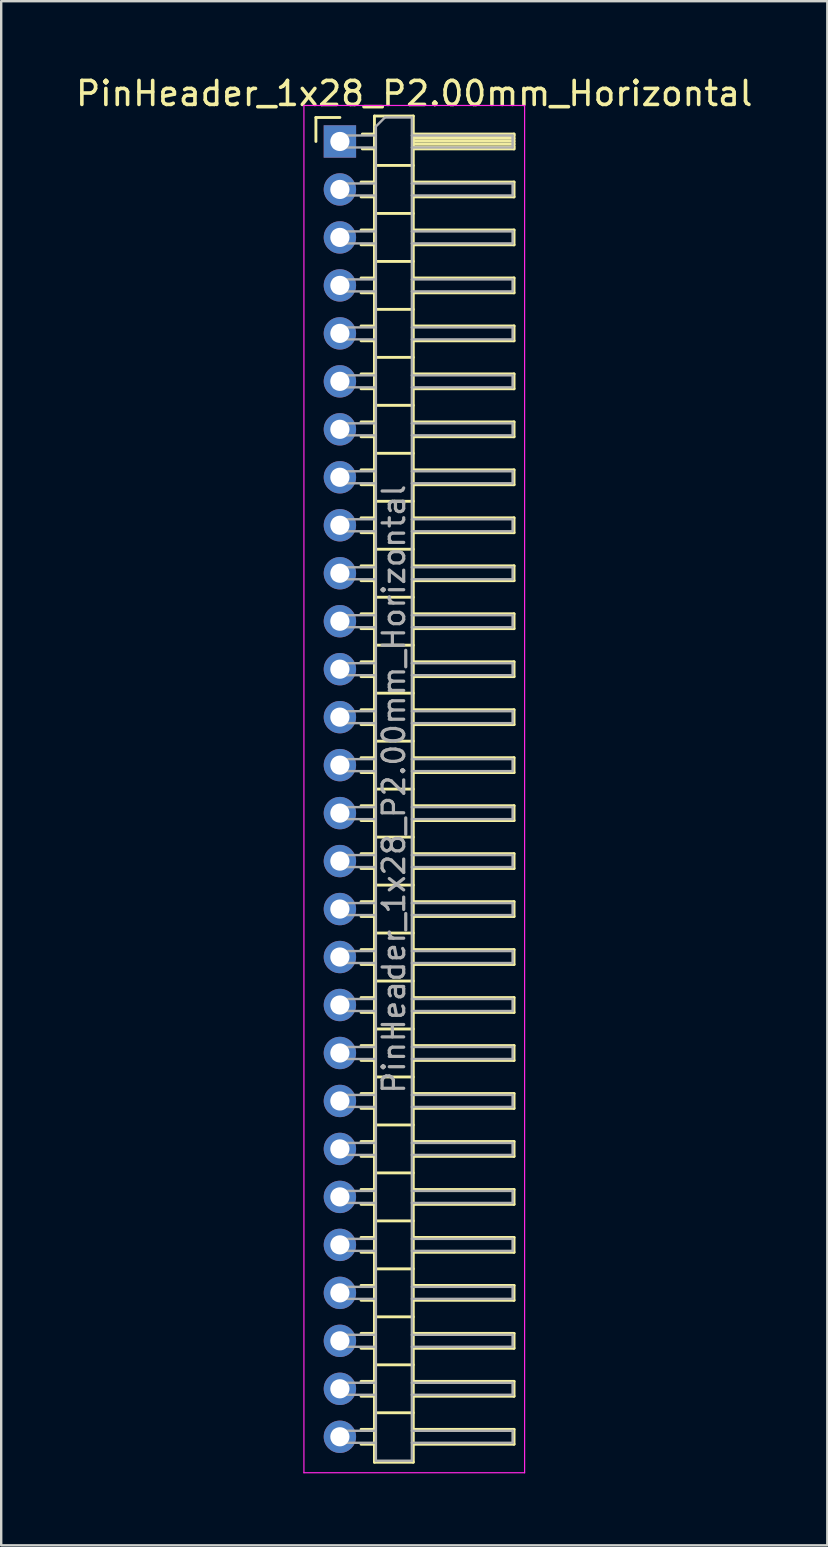
<source format=kicad_pcb>
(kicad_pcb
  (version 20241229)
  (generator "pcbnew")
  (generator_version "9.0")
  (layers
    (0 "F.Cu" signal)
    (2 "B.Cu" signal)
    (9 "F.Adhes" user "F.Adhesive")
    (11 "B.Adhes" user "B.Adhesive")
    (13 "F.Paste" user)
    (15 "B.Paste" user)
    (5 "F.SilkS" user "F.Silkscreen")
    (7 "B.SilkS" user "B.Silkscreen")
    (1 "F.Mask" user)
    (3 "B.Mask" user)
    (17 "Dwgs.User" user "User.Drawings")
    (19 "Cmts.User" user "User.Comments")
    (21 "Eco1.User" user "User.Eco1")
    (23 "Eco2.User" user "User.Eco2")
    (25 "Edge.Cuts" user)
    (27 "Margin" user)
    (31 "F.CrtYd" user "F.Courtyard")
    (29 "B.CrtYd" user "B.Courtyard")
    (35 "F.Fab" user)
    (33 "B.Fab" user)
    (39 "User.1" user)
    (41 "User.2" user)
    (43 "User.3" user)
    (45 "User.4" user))
  (footprint "PinHeader_1x28_P2.00mm_Horizontal"
    (layer "F.Cu")
    (at 11.12 2.848)
    (property "Reference" "PinHeader_1x28_P2.00mm_Horizontal" (at 3.1 -2 0) (layer "F.SilkS") (effects (font (size 1 1) (thickness 0.15))))
    (attr through_hole)
    (fp_line (start -1 -1) (end 0 -1) (stroke (width 0.12) (type solid)) (layer "F.SilkS"))
    (fp_line (start -1 0) (end -1 -1) (stroke (width 0.12) (type solid)) (layer "F.SilkS"))
    (fp_line (start 0.882 1.69) (end 1.44 1.69) (stroke (width 0.12) (type solid)) (layer "F.SilkS"))
    (fp_line (start 0.882 2.31) (end 1.44 2.31) (stroke (width 0.12) (type solid)) (layer "F.SilkS"))
    (fp_line (start 0.882 3.69) (end 1.44 3.69) (stroke (width 0.12) (type solid)) (layer "F.SilkS"))
    (fp_line (start 0.882 4.31) (end 1.44 4.31) (stroke (width 0.12) (type solid)) (layer "F.SilkS"))
    (fp_line (start 0.882 5.69) (end 1.44 5.69) (stroke (width 0.12) (type solid)) (layer "F.SilkS"))
    (fp_line (start 0.882 6.31) (end 1.44 6.31) (stroke (width 0.12) (type solid)) (layer "F.SilkS"))
    (fp_line (start 0.882 7.69) (end 1.44 7.69) (stroke (width 0.12) (type solid)) (layer "F.SilkS"))
    (fp_line (start 0.882 8.31) (end 1.44 8.31) (stroke (width 0.12) (type solid)) (layer "F.SilkS"))
    (fp_line (start 0.882 9.69) (end 1.44 9.69) (stroke (width 0.12) (type solid)) (layer "F.SilkS"))
    (fp_line (start 0.882 10.31) (end 1.44 10.31) (stroke (width 0.12) (type solid)) (layer "F.SilkS"))
    (fp_line (start 0.882 11.69) (end 1.44 11.69) (stroke (width 0.12) (type solid)) (layer "F.SilkS"))
    (fp_line (start 0.882 12.31) (end 1.44 12.31) (stroke (width 0.12) (type solid)) (layer "F.SilkS"))
    (fp_line (start 0.882 13.69) (end 1.44 13.69) (stroke (width 0.12) (type solid)) (layer "F.SilkS"))
    (fp_line (start 0.882 14.31) (end 1.44 14.31) (stroke (width 0.12) (type solid)) (layer "F.SilkS"))
    (fp_line (start 0.882 15.69) (end 1.44 15.69) (stroke (width 0.12) (type solid)) (layer "F.SilkS"))
    (fp_line (start 0.882 16.31) (end 1.44 16.31) (stroke (width 0.12) (type solid)) (layer "F.SilkS"))
    (fp_line (start 0.882 17.69) (end 1.44 17.69) (stroke (width 0.12) (type solid)) (layer "F.SilkS"))
    (fp_line (start 0.882 18.31) (end 1.44 18.31) (stroke (width 0.12) (type solid)) (layer "F.SilkS"))
    (fp_line (start 0.882 19.69) (end 1.44 19.69) (stroke (width 0.12) (type solid)) (layer "F.SilkS"))
    (fp_line (start 0.882 20.31) (end 1.44 20.31) (stroke (width 0.12) (type solid)) (layer "F.SilkS"))
    (fp_line (start 0.882 21.69) (end 1.44 21.69) (stroke (width 0.12) (type solid)) (layer "F.SilkS"))
    (fp_line (start 0.882 22.31) (end 1.44 22.31) (stroke (width 0.12) (type solid)) (layer "F.SilkS"))
    (fp_line (start 0.882 23.69) (end 1.44 23.69) (stroke (width 0.12) (type solid)) (layer "F.SilkS"))
    (fp_line (start 0.882 24.31) (end 1.44 24.31) (stroke (width 0.12) (type solid)) (layer "F.SilkS"))
    (fp_line (start 0.882 25.69) (end 1.44 25.69) (stroke (width 0.12) (type solid)) (layer "F.SilkS"))
    (fp_line (start 0.882 26.31) (end 1.44 26.31) (stroke (width 0.12) (type solid)) (layer "F.SilkS"))
    (fp_line (start 0.882 27.69) (end 1.44 27.69) (stroke (width 0.12) (type solid)) (layer "F.SilkS"))
    (fp_line (start 0.882 28.31) (end 1.44 28.31) (stroke (width 0.12) (type solid)) (layer "F.SilkS"))
    (fp_line (start 0.882 29.69) (end 1.44 29.69) (stroke (width 0.12) (type solid)) (layer "F.SilkS"))
    (fp_line (start 0.882 30.31) (end 1.44 30.31) (stroke (width 0.12) (type solid)) (layer "F.SilkS"))
    (fp_line (start 0.882 31.69) (end 1.44 31.69) (stroke (width 0.12) (type solid)) (layer "F.SilkS"))
    (fp_line (start 0.882 32.31) (end 1.44 32.31) (stroke (width 0.12) (type solid)) (layer "F.SilkS"))
    (fp_line (start 0.882 33.69) (end 1.44 33.69) (stroke (width 0.12) (type solid)) (layer "F.SilkS"))
    (fp_line (start 0.882 34.31) (end 1.44 34.31) (stroke (width 0.12) (type solid)) (layer "F.SilkS"))
    (fp_line (start 0.882 35.69) (end 1.44 35.69) (stroke (width 0.12) (type solid)) (layer "F.SilkS"))
    (fp_line (start 0.882 36.31) (end 1.44 36.31) (stroke (width 0.12) (type solid)) (layer "F.SilkS"))
    (fp_line (start 0.882 37.69) (end 1.44 37.69) (stroke (width 0.12) (type solid)) (layer "F.SilkS"))
    (fp_line (start 0.882 38.31) (end 1.44 38.31) (stroke (width 0.12) (type solid)) (layer "F.SilkS"))
    (fp_line (start 0.882 39.69) (end 1.44 39.69) (stroke (width 0.12) (type solid)) (layer "F.SilkS"))
    (fp_line (start 0.882 40.31) (end 1.44 40.31) (stroke (width 0.12) (type solid)) (layer "F.SilkS"))
    (fp_line (start 0.882 41.69) (end 1.44 41.69) (stroke (width 0.12) (type solid)) (layer "F.SilkS"))
    (fp_line (start 0.882 42.31) (end 1.44 42.31) (stroke (width 0.12) (type solid)) (layer "F.SilkS"))
    (fp_line (start 0.882 43.69) (end 1.44 43.69) (stroke (width 0.12) (type solid)) (layer "F.SilkS"))
    (fp_line (start 0.882 44.31) (end 1.44 44.31) (stroke (width 0.12) (type solid)) (layer "F.SilkS"))
    (fp_line (start 0.882 45.69) (end 1.44 45.69) (stroke (width 0.12) (type solid)) (layer "F.SilkS"))
    (fp_line (start 0.882 46.31) (end 1.44 46.31) (stroke (width 0.12) (type solid)) (layer "F.SilkS"))
    (fp_line (start 0.882 47.69) (end 1.44 47.69) (stroke (width 0.12) (type solid)) (layer "F.SilkS"))
    (fp_line (start 0.882 48.31) (end 1.44 48.31) (stroke (width 0.12) (type solid)) (layer "F.SilkS"))
    (fp_line (start 0.882 49.69) (end 1.44 49.69) (stroke (width 0.12) (type solid)) (layer "F.SilkS"))
    (fp_line (start 0.882 50.31) (end 1.44 50.31) (stroke (width 0.12) (type solid)) (layer "F.SilkS"))
    (fp_line (start 0.882 51.69) (end 1.44 51.69) (stroke (width 0.12) (type solid)) (layer "F.SilkS"))
    (fp_line (start 0.882 52.31) (end 1.44 52.31) (stroke (width 0.12) (type solid)) (layer "F.SilkS"))
    (fp_line (start 0.882 53.69) (end 1.44 53.69) (stroke (width 0.12) (type solid)) (layer "F.SilkS"))
    (fp_line (start 0.882 54.31) (end 1.44 54.31) (stroke (width 0.12) (type solid)) (layer "F.SilkS"))
    (fp_line (start 0.935 -0.31) (end 1.44 -0.31) (stroke (width 0.12) (type solid)) (layer "F.SilkS"))
    (fp_line (start 0.935 0.31) (end 1.44 0.31) (stroke (width 0.12) (type solid)) (layer "F.SilkS"))
    (fp_line (start 1.44 -1.06) (end 1.44 55.06) (stroke (width 0.12) (type solid)) (layer "F.SilkS"))
    (fp_line (start 1.44 1) (end 3.06 1) (stroke (width 0.12) (type solid)) (layer "F.SilkS"))
    (fp_line (start 1.44 3) (end 3.06 3) (stroke (width 0.12) (type solid)) (layer "F.SilkS"))
    (fp_line (start 1.44 5) (end 3.06 5) (stroke (width 0.12) (type solid)) (layer "F.SilkS"))
    (fp_line (start 1.44 7) (end 3.06 7) (stroke (width 0.12) (type solid)) (layer "F.SilkS"))
    (fp_line (start 1.44 9) (end 3.06 9) (stroke (width 0.12) (type solid)) (layer "F.SilkS"))
    (fp_line (start 1.44 11) (end 3.06 11) (stroke (width 0.12) (type solid)) (layer "F.SilkS"))
    (fp_line (start 1.44 13) (end 3.06 13) (stroke (width 0.12) (type solid)) (layer "F.SilkS"))
    (fp_line (start 1.44 15) (end 3.06 15) (stroke (width 0.12) (type solid)) (layer "F.SilkS"))
    (fp_line (start 1.44 17) (end 3.06 17) (stroke (width 0.12) (type solid)) (layer "F.SilkS"))
    (fp_line (start 1.44 19) (end 3.06 19) (stroke (width 0.12) (type solid)) (layer "F.SilkS"))
    (fp_line (start 1.44 21) (end 3.06 21) (stroke (width 0.12) (type solid)) (layer "F.SilkS"))
    (fp_line (start 1.44 23) (end 3.06 23) (stroke (width 0.12) (type solid)) (layer "F.SilkS"))
    (fp_line (start 1.44 25) (end 3.06 25) (stroke (width 0.12) (type solid)) (layer "F.SilkS"))
    (fp_line (start 1.44 27) (end 3.06 27) (stroke (width 0.12) (type solid)) (layer "F.SilkS"))
    (fp_line (start 1.44 29) (end 3.06 29) (stroke (width 0.12) (type solid)) (layer "F.SilkS"))
    (fp_line (start 1.44 31) (end 3.06 31) (stroke (width 0.12) (type solid)) (layer "F.SilkS"))
    (fp_line (start 1.44 33) (end 3.06 33) (stroke (width 0.12) (type solid)) (layer "F.SilkS"))
    (fp_line (start 1.44 35) (end 3.06 35) (stroke (width 0.12) (type solid)) (layer "F.SilkS"))
    (fp_line (start 1.44 37) (end 3.06 37) (stroke (width 0.12) (type solid)) (layer "F.SilkS"))
    (fp_line (start 1.44 39) (end 3.06 39) (stroke (width 0.12) (type solid)) (layer "F.SilkS"))
    (fp_line (start 1.44 41) (end 3.06 41) (stroke (width 0.12) (type solid)) (layer "F.SilkS"))
    (fp_line (start 1.44 43) (end 3.06 43) (stroke (width 0.12) (type solid)) (layer "F.SilkS"))
    (fp_line (start 1.44 45) (end 3.06 45) (stroke (width 0.12) (type solid)) (layer "F.SilkS"))
    (fp_line (start 1.44 47) (end 3.06 47) (stroke (width 0.12) (type solid)) (layer "F.SilkS"))
    (fp_line (start 1.44 49) (end 3.06 49) (stroke (width 0.12) (type solid)) (layer "F.SilkS"))
    (fp_line (start 1.44 51) (end 3.06 51) (stroke (width 0.12) (type solid)) (layer "F.SilkS"))
    (fp_line (start 1.44 53) (end 3.06 53) (stroke (width 0.12) (type solid)) (layer "F.SilkS"))
    (fp_line (start 1.44 55.06) (end 3.06 55.06) (stroke (width 0.12) (type solid)) (layer "F.SilkS"))
    (fp_line (start 3.06 -1.06) (end 1.44 -1.06) (stroke (width 0.12) (type solid)) (layer "F.SilkS"))
    (fp_line (start 3.06 -0.31) (end 7.26 -0.31) (stroke (width 0.12) (type solid)) (layer "F.SilkS"))
    (fp_line (start 3.06 -0.25) (end 7.26 -0.25) (stroke (width 0.12) (type solid)) (layer "F.SilkS"))
    (fp_line (start 3.06 -0.13) (end 7.26 -0.13) (stroke (width 0.12) (type solid)) (layer "F.SilkS"))
    (fp_line (start 3.06 -0.01) (end 7.26 -0.01) (stroke (width 0.12) (type solid)) (layer "F.SilkS"))
    (fp_line (start 3.06 0.11) (end 7.26 0.11) (stroke (width 0.12) (type solid)) (layer "F.SilkS"))
    (fp_line (start 3.06 0.23) (end 7.26 0.23) (stroke (width 0.12) (type solid)) (layer "F.SilkS"))
    (fp_line (start 3.06 1.69) (end 7.26 1.69) (stroke (width 0.12) (type solid)) (layer "F.SilkS"))
    (fp_line (start 3.06 3.69) (end 7.26 3.69) (stroke (width 0.12) (type solid)) (layer "F.SilkS"))
    (fp_line (start 3.06 5.69) (end 7.26 5.69) (stroke (width 0.12) (type solid)) (layer "F.SilkS"))
    (fp_line (start 3.06 7.69) (end 7.26 7.69) (stroke (width 0.12) (type solid)) (layer "F.SilkS"))
    (fp_line (start 3.06 9.69) (end 7.26 9.69) (stroke (width 0.12) (type solid)) (layer "F.SilkS"))
    (fp_line (start 3.06 11.69) (end 7.26 11.69) (stroke (width 0.12) (type solid)) (layer "F.SilkS"))
    (fp_line (start 3.06 13.69) (end 7.26 13.69) (stroke (width 0.12) (type solid)) (layer "F.SilkS"))
    (fp_line (start 3.06 15.69) (end 7.26 15.69) (stroke (width 0.12) (type solid)) (layer "F.SilkS"))
    (fp_line (start 3.06 17.69) (end 7.26 17.69) (stroke (width 0.12) (type solid)) (layer "F.SilkS"))
    (fp_line (start 3.06 19.69) (end 7.26 19.69) (stroke (width 0.12) (type solid)) (layer "F.SilkS"))
    (fp_line (start 3.06 21.69) (end 7.26 21.69) (stroke (width 0.12) (type solid)) (layer "F.SilkS"))
    (fp_line (start 3.06 23.69) (end 7.26 23.69) (stroke (width 0.12) (type solid)) (layer "F.SilkS"))
    (fp_line (start 3.06 25.69) (end 7.26 25.69) (stroke (width 0.12) (type solid)) (layer "F.SilkS"))
    (fp_line (start 3.06 27.69) (end 7.26 27.69) (stroke (width 0.12) (type solid)) (layer "F.SilkS"))
    (fp_line (start 3.06 29.69) (end 7.26 29.69) (stroke (width 0.12) (type solid)) (layer "F.SilkS"))
    (fp_line (start 3.06 31.69) (end 7.26 31.69) (stroke (width 0.12) (type solid)) (layer "F.SilkS"))
    (fp_line (start 3.06 33.69) (end 7.26 33.69) (stroke (width 0.12) (type solid)) (layer "F.SilkS"))
    (fp_line (start 3.06 35.69) (end 7.26 35.69) (stroke (width 0.12) (type solid)) (layer "F.SilkS"))
    (fp_line (start 3.06 37.69) (end 7.26 37.69) (stroke (width 0.12) (type solid)) (layer "F.SilkS"))
    (fp_line (start 3.06 39.69) (end 7.26 39.69) (stroke (width 0.12) (type solid)) (layer "F.SilkS"))
    (fp_line (start 3.06 41.69) (end 7.26 41.69) (stroke (width 0.12) (type solid)) (layer "F.SilkS"))
    (fp_line (start 3.06 43.69) (end 7.26 43.69) (stroke (width 0.12) (type solid)) (layer "F.SilkS"))
    (fp_line (start 3.06 45.69) (end 7.26 45.69) (stroke (width 0.12) (type solid)) (layer "F.SilkS"))
    (fp_line (start 3.06 47.69) (end 7.26 47.69) (stroke (width 0.12) (type solid)) (layer "F.SilkS"))
    (fp_line (start 3.06 49.69) (end 7.26 49.69) (stroke (width 0.12) (type solid)) (layer "F.SilkS"))
    (fp_line (start 3.06 51.69) (end 7.26 51.69) (stroke (width 0.12) (type solid)) (layer "F.SilkS"))
    (fp_line (start 3.06 53.69) (end 7.26 53.69) (stroke (width 0.12) (type solid)) (layer "F.SilkS"))
    (fp_line (start 3.06 55.06) (end 3.06 -1.06) (stroke (width 0.12) (type solid)) (layer "F.SilkS"))
    (fp_line (start 7.26 -0.31) (end 7.26 0.31) (stroke (width 0.12) (type solid)) (layer "F.SilkS"))
    (fp_line (start 7.26 0.31) (end 3.06 0.31) (stroke (width 0.12) (type solid)) (layer "F.SilkS"))
    (fp_line (start 7.26 1.69) (end 7.26 2.31) (stroke (width 0.12) (type solid)) (layer "F.SilkS"))
    (fp_line (start 7.26 2.31) (end 3.06 2.31) (stroke (width 0.12) (type solid)) (layer "F.SilkS"))
    (fp_line (start 7.26 3.69) (end 7.26 4.31) (stroke (width 0.12) (type solid)) (layer "F.SilkS"))
    (fp_line (start 7.26 4.31) (end 3.06 4.31) (stroke (width 0.12) (type solid)) (layer "F.SilkS"))
    (fp_line (start 7.26 5.69) (end 7.26 6.31) (stroke (width 0.12) (type solid)) (layer "F.SilkS"))
    (fp_line (start 7.26 6.31) (end 3.06 6.31) (stroke (width 0.12) (type solid)) (layer "F.SilkS"))
    (fp_line (start 7.26 7.69) (end 7.26 8.31) (stroke (width 0.12) (type solid)) (layer "F.SilkS"))
    (fp_line (start 7.26 8.31) (end 3.06 8.31) (stroke (width 0.12) (type solid)) (layer "F.SilkS"))
    (fp_line (start 7.26 9.69) (end 7.26 10.31) (stroke (width 0.12) (type solid)) (layer "F.SilkS"))
    (fp_line (start 7.26 10.31) (end 3.06 10.31) (stroke (width 0.12) (type solid)) (layer "F.SilkS"))
    (fp_line (start 7.26 11.69) (end 7.26 12.31) (stroke (width 0.12) (type solid)) (layer "F.SilkS"))
    (fp_line (start 7.26 12.31) (end 3.06 12.31) (stroke (width 0.12) (type solid)) (layer "F.SilkS"))
    (fp_line (start 7.26 13.69) (end 7.26 14.31) (stroke (width 0.12) (type solid)) (layer "F.SilkS"))
    (fp_line (start 7.26 14.31) (end 3.06 14.31) (stroke (width 0.12) (type solid)) (layer "F.SilkS"))
    (fp_line (start 7.26 15.69) (end 7.26 16.31) (stroke (width 0.12) (type solid)) (layer "F.SilkS"))
    (fp_line (start 7.26 16.31) (end 3.06 16.31) (stroke (width 0.12) (type solid)) (layer "F.SilkS"))
    (fp_line (start 7.26 17.69) (end 7.26 18.31) (stroke (width 0.12) (type solid)) (layer "F.SilkS"))
    (fp_line (start 7.26 18.31) (end 3.06 18.31) (stroke (width 0.12) (type solid)) (layer "F.SilkS"))
    (fp_line (start 7.26 19.69) (end 7.26 20.31) (stroke (width 0.12) (type solid)) (layer "F.SilkS"))
    (fp_line (start 7.26 20.31) (end 3.06 20.31) (stroke (width 0.12) (type solid)) (layer "F.SilkS"))
    (fp_line (start 7.26 21.69) (end 7.26 22.31) (stroke (width 0.12) (type solid)) (layer "F.SilkS"))
    (fp_line (start 7.26 22.31) (end 3.06 22.31) (stroke (width 0.12) (type solid)) (layer "F.SilkS"))
    (fp_line (start 7.26 23.69) (end 7.26 24.31) (stroke (width 0.12) (type solid)) (layer "F.SilkS"))
    (fp_line (start 7.26 24.31) (end 3.06 24.31) (stroke (width 0.12) (type solid)) (layer "F.SilkS"))
    (fp_line (start 7.26 25.69) (end 7.26 26.31) (stroke (width 0.12) (type solid)) (layer "F.SilkS"))
    (fp_line (start 7.26 26.31) (end 3.06 26.31) (stroke (width 0.12) (type solid)) (layer "F.SilkS"))
    (fp_line (start 7.26 27.69) (end 7.26 28.31) (stroke (width 0.12) (type solid)) (layer "F.SilkS"))
    (fp_line (start 7.26 28.31) (end 3.06 28.31) (stroke (width 0.12) (type solid)) (layer "F.SilkS"))
    (fp_line (start 7.26 29.69) (end 7.26 30.31) (stroke (width 0.12) (type solid)) (layer "F.SilkS"))
    (fp_line (start 7.26 30.31) (end 3.06 30.31) (stroke (width 0.12) (type solid)) (layer "F.SilkS"))
    (fp_line (start 7.26 31.69) (end 7.26 32.31) (stroke (width 0.12) (type solid)) (layer "F.SilkS"))
    (fp_line (start 7.26 32.31) (end 3.06 32.31) (stroke (width 0.12) (type solid)) (layer "F.SilkS"))
    (fp_line (start 7.26 33.69) (end 7.26 34.31) (stroke (width 0.12) (type solid)) (layer "F.SilkS"))
    (fp_line (start 7.26 34.31) (end 3.06 34.31) (stroke (width 0.12) (type solid)) (layer "F.SilkS"))
    (fp_line (start 7.26 35.69) (end 7.26 36.31) (stroke (width 0.12) (type solid)) (layer "F.SilkS"))
    (fp_line (start 7.26 36.31) (end 3.06 36.31) (stroke (width 0.12) (type solid)) (layer "F.SilkS"))
    (fp_line (start 7.26 37.69) (end 7.26 38.31) (stroke (width 0.12) (type solid)) (layer "F.SilkS"))
    (fp_line (start 7.26 38.31) (end 3.06 38.31) (stroke (width 0.12) (type solid)) (layer "F.SilkS"))
    (fp_line (start 7.26 39.69) (end 7.26 40.31) (stroke (width 0.12) (type solid)) (layer "F.SilkS"))
    (fp_line (start 7.26 40.31) (end 3.06 40.31) (stroke (width 0.12) (type solid)) (layer "F.SilkS"))
    (fp_line (start 7.26 41.69) (end 7.26 42.31) (stroke (width 0.12) (type solid)) (layer "F.SilkS"))
    (fp_line (start 7.26 42.31) (end 3.06 42.31) (stroke (width 0.12) (type solid)) (layer "F.SilkS"))
    (fp_line (start 7.26 43.69) (end 7.26 44.31) (stroke (width 0.12) (type solid)) (layer "F.SilkS"))
    (fp_line (start 7.26 44.31) (end 3.06 44.31) (stroke (width 0.12) (type solid)) (layer "F.SilkS"))
    (fp_line (start 7.26 45.69) (end 7.26 46.31) (stroke (width 0.12) (type solid)) (layer "F.SilkS"))
    (fp_line (start 7.26 46.31) (end 3.06 46.31) (stroke (width 0.12) (type solid)) (layer "F.SilkS"))
    (fp_line (start 7.26 47.69) (end 7.26 48.31) (stroke (width 0.12) (type solid)) (layer "F.SilkS"))
    (fp_line (start 7.26 48.31) (end 3.06 48.31) (stroke (width 0.12) (type solid)) (layer "F.SilkS"))
    (fp_line (start 7.26 49.69) (end 7.26 50.31) (stroke (width 0.12) (type solid)) (layer "F.SilkS"))
    (fp_line (start 7.26 50.31) (end 3.06 50.31) (stroke (width 0.12) (type solid)) (layer "F.SilkS"))
    (fp_line (start 7.26 51.69) (end 7.26 52.31) (stroke (width 0.12) (type solid)) (layer "F.SilkS"))
    (fp_line (start 7.26 52.31) (end 3.06 52.31) (stroke (width 0.12) (type solid)) (layer "F.SilkS"))
    (fp_line (start 7.26 53.69) (end 7.26 54.31) (stroke (width 0.12) (type solid)) (layer "F.SilkS"))
    (fp_line (start 7.26 54.31) (end 3.06 54.31) (stroke (width 0.12) (type solid)) (layer "F.SilkS"))
    (fp_line (start -1.5 -1.5) (end -1.5 55.5) (stroke (width 0.05) (type solid)) (layer "F.CrtYd"))
    (fp_line (start -1.5 55.5) (end 7.7 55.5) (stroke (width 0.05) (type solid)) (layer "F.CrtYd"))
    (fp_line (start 7.7 -1.5) (end -1.5 -1.5) (stroke (width 0.05) (type solid)) (layer "F.CrtYd"))
    (fp_line (start 7.7 55.5) (end 7.7 -1.5) (stroke (width 0.05) (type solid)) (layer "F.CrtYd"))
    (fp_line (start -0.25 -0.25) (end -0.25 0.25) (stroke (width 0.1) (type solid)) (layer "F.Fab"))
    (fp_line (start -0.25 -0.25) (end 1.5 -0.25) (stroke (width 0.1) (type solid)) (layer "F.Fab"))
    (fp_line (start -0.25 0.25) (end 1.5 0.25) (stroke (width 0.1) (type solid)) (layer "F.Fab"))
    (fp_line (start -0.25 1.75) (end -0.25 2.25) (stroke (width 0.1) (type solid)) (layer "F.Fab"))
    (fp_line (start -0.25 1.75) (end 1.5 1.75) (stroke (width 0.1) (type solid)) (layer "F.Fab"))
    (fp_line (start -0.25 2.25) (end 1.5 2.25) (stroke (width 0.1) (type solid)) (layer "F.Fab"))
    (fp_line (start -0.25 3.75) (end -0.25 4.25) (stroke (width 0.1) (type solid)) (layer "F.Fab"))
    (fp_line (start -0.25 3.75) (end 1.5 3.75) (stroke (width 0.1) (type solid)) (layer "F.Fab"))
    (fp_line (start -0.25 4.25) (end 1.5 4.25) (stroke (width 0.1) (type solid)) (layer "F.Fab"))
    (fp_line (start -0.25 5.75) (end -0.25 6.25) (stroke (width 0.1) (type solid)) (layer "F.Fab"))
    (fp_line (start -0.25 5.75) (end 1.5 5.75) (stroke (width 0.1) (type solid)) (layer "F.Fab"))
    (fp_line (start -0.25 6.25) (end 1.5 6.25) (stroke (width 0.1) (type solid)) (layer "F.Fab"))
    (fp_line (start -0.25 7.75) (end -0.25 8.25) (stroke (width 0.1) (type solid)) (layer "F.Fab"))
    (fp_line (start -0.25 7.75) (end 1.5 7.75) (stroke (width 0.1) (type solid)) (layer "F.Fab"))
    (fp_line (start -0.25 8.25) (end 1.5 8.25) (stroke (width 0.1) (type solid)) (layer "F.Fab"))
    (fp_line (start -0.25 9.75) (end -0.25 10.25) (stroke (width 0.1) (type solid)) (layer "F.Fab"))
    (fp_line (start -0.25 9.75) (end 1.5 9.75) (stroke (width 0.1) (type solid)) (layer "F.Fab"))
    (fp_line (start -0.25 10.25) (end 1.5 10.25) (stroke (width 0.1) (type solid)) (layer "F.Fab"))
    (fp_line (start -0.25 11.75) (end -0.25 12.25) (stroke (width 0.1) (type solid)) (layer "F.Fab"))
    (fp_line (start -0.25 11.75) (end 1.5 11.75) (stroke (width 0.1) (type solid)) (layer "F.Fab"))
    (fp_line (start -0.25 12.25) (end 1.5 12.25) (stroke (width 0.1) (type solid)) (layer "F.Fab"))
    (fp_line (start -0.25 13.75) (end -0.25 14.25) (stroke (width 0.1) (type solid)) (layer "F.Fab"))
    (fp_line (start -0.25 13.75) (end 1.5 13.75) (stroke (width 0.1) (type solid)) (layer "F.Fab"))
    (fp_line (start -0.25 14.25) (end 1.5 14.25) (stroke (width 0.1) (type solid)) (layer "F.Fab"))
    (fp_line (start -0.25 15.75) (end -0.25 16.25) (stroke (width 0.1) (type solid)) (layer "F.Fab"))
    (fp_line (start -0.25 15.75) (end 1.5 15.75) (stroke (width 0.1) (type solid)) (layer "F.Fab"))
    (fp_line (start -0.25 16.25) (end 1.5 16.25) (stroke (width 0.1) (type solid)) (layer "F.Fab"))
    (fp_line (start -0.25 17.75) (end -0.25 18.25) (stroke (width 0.1) (type solid)) (layer "F.Fab"))
    (fp_line (start -0.25 17.75) (end 1.5 17.75) (stroke (width 0.1) (type solid)) (layer "F.Fab"))
    (fp_line (start -0.25 18.25) (end 1.5 18.25) (stroke (width 0.1) (type solid)) (layer "F.Fab"))
    (fp_line (start -0.25 19.75) (end -0.25 20.25) (stroke (width 0.1) (type solid)) (layer "F.Fab"))
    (fp_line (start -0.25 19.75) (end 1.5 19.75) (stroke (width 0.1) (type solid)) (layer "F.Fab"))
    (fp_line (start -0.25 20.25) (end 1.5 20.25) (stroke (width 0.1) (type solid)) (layer "F.Fab"))
    (fp_line (start -0.25 21.75) (end -0.25 22.25) (stroke (width 0.1) (type solid)) (layer "F.Fab"))
    (fp_line (start -0.25 21.75) (end 1.5 21.75) (stroke (width 0.1) (type solid)) (layer "F.Fab"))
    (fp_line (start -0.25 22.25) (end 1.5 22.25) (stroke (width 0.1) (type solid)) (layer "F.Fab"))
    (fp_line (start -0.25 23.75) (end -0.25 24.25) (stroke (width 0.1) (type solid)) (layer "F.Fab"))
    (fp_line (start -0.25 23.75) (end 1.5 23.75) (stroke (width 0.1) (type solid)) (layer "F.Fab"))
    (fp_line (start -0.25 24.25) (end 1.5 24.25) (stroke (width 0.1) (type solid)) (layer "F.Fab"))
    (fp_line (start -0.25 25.75) (end -0.25 26.25) (stroke (width 0.1) (type solid)) (layer "F.Fab"))
    (fp_line (start -0.25 25.75) (end 1.5 25.75) (stroke (width 0.1) (type solid)) (layer "F.Fab"))
    (fp_line (start -0.25 26.25) (end 1.5 26.25) (stroke (width 0.1) (type solid)) (layer "F.Fab"))
    (fp_line (start -0.25 27.75) (end -0.25 28.25) (stroke (width 0.1) (type solid)) (layer "F.Fab"))
    (fp_line (start -0.25 27.75) (end 1.5 27.75) (stroke (width 0.1) (type solid)) (layer "F.Fab"))
    (fp_line (start -0.25 28.25) (end 1.5 28.25) (stroke (width 0.1) (type solid)) (layer "F.Fab"))
    (fp_line (start -0.25 29.75) (end -0.25 30.25) (stroke (width 0.1) (type solid)) (layer "F.Fab"))
    (fp_line (start -0.25 29.75) (end 1.5 29.75) (stroke (width 0.1) (type solid)) (layer "F.Fab"))
    (fp_line (start -0.25 30.25) (end 1.5 30.25) (stroke (width 0.1) (type solid)) (layer "F.Fab"))
    (fp_line (start -0.25 31.75) (end -0.25 32.25) (stroke (width 0.1) (type solid)) (layer "F.Fab"))
    (fp_line (start -0.25 31.75) (end 1.5 31.75) (stroke (width 0.1) (type solid)) (layer "F.Fab"))
    (fp_line (start -0.25 32.25) (end 1.5 32.25) (stroke (width 0.1) (type solid)) (layer "F.Fab"))
    (fp_line (start -0.25 33.75) (end -0.25 34.25) (stroke (width 0.1) (type solid)) (layer "F.Fab"))
    (fp_line (start -0.25 33.75) (end 1.5 33.75) (stroke (width 0.1) (type solid)) (layer "F.Fab"))
    (fp_line (start -0.25 34.25) (end 1.5 34.25) (stroke (width 0.1) (type solid)) (layer "F.Fab"))
    (fp_line (start -0.25 35.75) (end -0.25 36.25) (stroke (width 0.1) (type solid)) (layer "F.Fab"))
    (fp_line (start -0.25 35.75) (end 1.5 35.75) (stroke (width 0.1) (type solid)) (layer "F.Fab"))
    (fp_line (start -0.25 36.25) (end 1.5 36.25) (stroke (width 0.1) (type solid)) (layer "F.Fab"))
    (fp_line (start -0.25 37.75) (end -0.25 38.25) (stroke (width 0.1) (type solid)) (layer "F.Fab"))
    (fp_line (start -0.25 37.75) (end 1.5 37.75) (stroke (width 0.1) (type solid)) (layer "F.Fab"))
    (fp_line (start -0.25 38.25) (end 1.5 38.25) (stroke (width 0.1) (type solid)) (layer "F.Fab"))
    (fp_line (start -0.25 39.75) (end -0.25 40.25) (stroke (width 0.1) (type solid)) (layer "F.Fab"))
    (fp_line (start -0.25 39.75) (end 1.5 39.75) (stroke (width 0.1) (type solid)) (layer "F.Fab"))
    (fp_line (start -0.25 40.25) (end 1.5 40.25) (stroke (width 0.1) (type solid)) (layer "F.Fab"))
    (fp_line (start -0.25 41.75) (end -0.25 42.25) (stroke (width 0.1) (type solid)) (layer "F.Fab"))
    (fp_line (start -0.25 41.75) (end 1.5 41.75) (stroke (width 0.1) (type solid)) (layer "F.Fab"))
    (fp_line (start -0.25 42.25) (end 1.5 42.25) (stroke (width 0.1) (type solid)) (layer "F.Fab"))
    (fp_line (start -0.25 43.75) (end -0.25 44.25) (stroke (width 0.1) (type solid)) (layer "F.Fab"))
    (fp_line (start -0.25 43.75) (end 1.5 43.75) (stroke (width 0.1) (type solid)) (layer "F.Fab"))
    (fp_line (start -0.25 44.25) (end 1.5 44.25) (stroke (width 0.1) (type solid)) (layer "F.Fab"))
    (fp_line (start -0.25 45.75) (end -0.25 46.25) (stroke (width 0.1) (type solid)) (layer "F.Fab"))
    (fp_line (start -0.25 45.75) (end 1.5 45.75) (stroke (width 0.1) (type solid)) (layer "F.Fab"))
    (fp_line (start -0.25 46.25) (end 1.5 46.25) (stroke (width 0.1) (type solid)) (layer "F.Fab"))
    (fp_line (start -0.25 47.75) (end -0.25 48.25) (stroke (width 0.1) (type solid)) (layer "F.Fab"))
    (fp_line (start -0.25 47.75) (end 1.5 47.75) (stroke (width 0.1) (type solid)) (layer "F.Fab"))
    (fp_line (start -0.25 48.25) (end 1.5 48.25) (stroke (width 0.1) (type solid)) (layer "F.Fab"))
    (fp_line (start -0.25 49.75) (end -0.25 50.25) (stroke (width 0.1) (type solid)) (layer "F.Fab"))
    (fp_line (start -0.25 49.75) (end 1.5 49.75) (stroke (width 0.1) (type solid)) (layer "F.Fab"))
    (fp_line (start -0.25 50.25) (end 1.5 50.25) (stroke (width 0.1) (type solid)) (layer "F.Fab"))
    (fp_line (start -0.25 51.75) (end -0.25 52.25) (stroke (width 0.1) (type solid)) (layer "F.Fab"))
    (fp_line (start -0.25 51.75) (end 1.5 51.75) (stroke (width 0.1) (type solid)) (layer "F.Fab"))
    (fp_line (start -0.25 52.25) (end 1.5 52.25) (stroke (width 0.1) (type solid)) (layer "F.Fab"))
    (fp_line (start -0.25 53.75) (end -0.25 54.25) (stroke (width 0.1) (type solid)) (layer "F.Fab"))
    (fp_line (start -0.25 53.75) (end 1.5 53.75) (stroke (width 0.1) (type solid)) (layer "F.Fab"))
    (fp_line (start -0.25 54.25) (end 1.5 54.25) (stroke (width 0.1) (type solid)) (layer "F.Fab"))
    (fp_line (start 1.5 -0.625) (end 1.875 -1) (stroke (width 0.1) (type solid)) (layer "F.Fab"))
    (fp_line (start 1.5 55) (end 1.5 -0.625) (stroke (width 0.1) (type solid)) (layer "F.Fab"))
    (fp_line (start 1.875 -1) (end 3 -1) (stroke (width 0.1) (type solid)) (layer "F.Fab"))
    (fp_line (start 3 -1) (end 3 55) (stroke (width 0.1) (type solid)) (layer "F.Fab"))
    (fp_line (start 3 -0.25) (end 7.2 -0.25) (stroke (width 0.1) (type solid)) (layer "F.Fab"))
    (fp_line (start 3 0.25) (end 7.2 0.25) (stroke (width 0.1) (type solid)) (layer "F.Fab"))
    (fp_line (start 3 1.75) (end 7.2 1.75) (stroke (width 0.1) (type solid)) (layer "F.Fab"))
    (fp_line (start 3 2.25) (end 7.2 2.25) (stroke (width 0.1) (type solid)) (layer "F.Fab"))
    (fp_line (start 3 3.75) (end 7.2 3.75) (stroke (width 0.1) (type solid)) (layer "F.Fab"))
    (fp_line (start 3 4.25) (end 7.2 4.25) (stroke (width 0.1) (type solid)) (layer "F.Fab"))
    (fp_line (start 3 5.75) (end 7.2 5.75) (stroke (width 0.1) (type solid)) (layer "F.Fab"))
    (fp_line (start 3 6.25) (end 7.2 6.25) (stroke (width 0.1) (type solid)) (layer "F.Fab"))
    (fp_line (start 3 7.75) (end 7.2 7.75) (stroke (width 0.1) (type solid)) (layer "F.Fab"))
    (fp_line (start 3 8.25) (end 7.2 8.25) (stroke (width 0.1) (type solid)) (layer "F.Fab"))
    (fp_line (start 3 9.75) (end 7.2 9.75) (stroke (width 0.1) (type solid)) (layer "F.Fab"))
    (fp_line (start 3 10.25) (end 7.2 10.25) (stroke (width 0.1) (type solid)) (layer "F.Fab"))
    (fp_line (start 3 11.75) (end 7.2 11.75) (stroke (width 0.1) (type solid)) (layer "F.Fab"))
    (fp_line (start 3 12.25) (end 7.2 12.25) (stroke (width 0.1) (type solid)) (layer "F.Fab"))
    (fp_line (start 3 13.75) (end 7.2 13.75) (stroke (width 0.1) (type solid)) (layer "F.Fab"))
    (fp_line (start 3 14.25) (end 7.2 14.25) (stroke (width 0.1) (type solid)) (layer "F.Fab"))
    (fp_line (start 3 15.75) (end 7.2 15.75) (stroke (width 0.1) (type solid)) (layer "F.Fab"))
    (fp_line (start 3 16.25) (end 7.2 16.25) (stroke (width 0.1) (type solid)) (layer "F.Fab"))
    (fp_line (start 3 17.75) (end 7.2 17.75) (stroke (width 0.1) (type solid)) (layer "F.Fab"))
    (fp_line (start 3 18.25) (end 7.2 18.25) (stroke (width 0.1) (type solid)) (layer "F.Fab"))
    (fp_line (start 3 19.75) (end 7.2 19.75) (stroke (width 0.1) (type solid)) (layer "F.Fab"))
    (fp_line (start 3 20.25) (end 7.2 20.25) (stroke (width 0.1) (type solid)) (layer "F.Fab"))
    (fp_line (start 3 21.75) (end 7.2 21.75) (stroke (width 0.1) (type solid)) (layer "F.Fab"))
    (fp_line (start 3 22.25) (end 7.2 22.25) (stroke (width 0.1) (type solid)) (layer "F.Fab"))
    (fp_line (start 3 23.75) (end 7.2 23.75) (stroke (width 0.1) (type solid)) (layer "F.Fab"))
    (fp_line (start 3 24.25) (end 7.2 24.25) (stroke (width 0.1) (type solid)) (layer "F.Fab"))
    (fp_line (start 3 25.75) (end 7.2 25.75) (stroke (width 0.1) (type solid)) (layer "F.Fab"))
    (fp_line (start 3 26.25) (end 7.2 26.25) (stroke (width 0.1) (type solid)) (layer "F.Fab"))
    (fp_line (start 3 27.75) (end 7.2 27.75) (stroke (width 0.1) (type solid)) (layer "F.Fab"))
    (fp_line (start 3 28.25) (end 7.2 28.25) (stroke (width 0.1) (type solid)) (layer "F.Fab"))
    (fp_line (start 3 29.75) (end 7.2 29.75) (stroke (width 0.1) (type solid)) (layer "F.Fab"))
    (fp_line (start 3 30.25) (end 7.2 30.25) (stroke (width 0.1) (type solid)) (layer "F.Fab"))
    (fp_line (start 3 31.75) (end 7.2 31.75) (stroke (width 0.1) (type solid)) (layer "F.Fab"))
    (fp_line (start 3 32.25) (end 7.2 32.25) (stroke (width 0.1) (type solid)) (layer "F.Fab"))
    (fp_line (start 3 33.75) (end 7.2 33.75) (stroke (width 0.1) (type solid)) (layer "F.Fab"))
    (fp_line (start 3 34.25) (end 7.2 34.25) (stroke (width 0.1) (type solid)) (layer "F.Fab"))
    (fp_line (start 3 35.75) (end 7.2 35.75) (stroke (width 0.1) (type solid)) (layer "F.Fab"))
    (fp_line (start 3 36.25) (end 7.2 36.25) (stroke (width 0.1) (type solid)) (layer "F.Fab"))
    (fp_line (start 3 37.75) (end 7.2 37.75) (stroke (width 0.1) (type solid)) (layer "F.Fab"))
    (fp_line (start 3 38.25) (end 7.2 38.25) (stroke (width 0.1) (type solid)) (layer "F.Fab"))
    (fp_line (start 3 39.75) (end 7.2 39.75) (stroke (width 0.1) (type solid)) (layer "F.Fab"))
    (fp_line (start 3 40.25) (end 7.2 40.25) (stroke (width 0.1) (type solid)) (layer "F.Fab"))
    (fp_line (start 3 41.75) (end 7.2 41.75) (stroke (width 0.1) (type solid)) (layer "F.Fab"))
    (fp_line (start 3 42.25) (end 7.2 42.25) (stroke (width 0.1) (type solid)) (layer "F.Fab"))
    (fp_line (start 3 43.75) (end 7.2 43.75) (stroke (width 0.1) (type solid)) (layer "F.Fab"))
    (fp_line (start 3 44.25) (end 7.2 44.25) (stroke (width 0.1) (type solid)) (layer "F.Fab"))
    (fp_line (start 3 45.75) (end 7.2 45.75) (stroke (width 0.1) (type solid)) (layer "F.Fab"))
    (fp_line (start 3 46.25) (end 7.2 46.25) (stroke (width 0.1) (type solid)) (layer "F.Fab"))
    (fp_line (start 3 47.75) (end 7.2 47.75) (stroke (width 0.1) (type solid)) (layer "F.Fab"))
    (fp_line (start 3 48.25) (end 7.2 48.25) (stroke (width 0.1) (type solid)) (layer "F.Fab"))
    (fp_line (start 3 49.75) (end 7.2 49.75) (stroke (width 0.1) (type solid)) (layer "F.Fab"))
    (fp_line (start 3 50.25) (end 7.2 50.25) (stroke (width 0.1) (type solid)) (layer "F.Fab"))
    (fp_line (start 3 51.75) (end 7.2 51.75) (stroke (width 0.1) (type solid)) (layer "F.Fab"))
    (fp_line (start 3 52.25) (end 7.2 52.25) (stroke (width 0.1) (type solid)) (layer "F.Fab"))
    (fp_line (start 3 53.75) (end 7.2 53.75) (stroke (width 0.1) (type solid)) (layer "F.Fab"))
    (fp_line (start 3 54.25) (end 7.2 54.25) (stroke (width 0.1) (type solid)) (layer "F.Fab"))
    (fp_line (start 3 55) (end 1.5 55) (stroke (width 0.1) (type solid)) (layer "F.Fab"))
    (fp_line (start 7.2 -0.25) (end 7.2 0.25) (stroke (width 0.1) (type solid)) (layer "F.Fab"))
    (fp_line (start 7.2 1.75) (end 7.2 2.25) (stroke (width 0.1) (type solid)) (layer "F.Fab"))
    (fp_line (start 7.2 3.75) (end 7.2 4.25) (stroke (width 0.1) (type solid)) (layer "F.Fab"))
    (fp_line (start 7.2 5.75) (end 7.2 6.25) (stroke (width 0.1) (type solid)) (layer "F.Fab"))
    (fp_line (start 7.2 7.75) (end 7.2 8.25) (stroke (width 0.1) (type solid)) (layer "F.Fab"))
    (fp_line (start 7.2 9.75) (end 7.2 10.25) (stroke (width 0.1) (type solid)) (layer "F.Fab"))
    (fp_line (start 7.2 11.75) (end 7.2 12.25) (stroke (width 0.1) (type solid)) (layer "F.Fab"))
    (fp_line (start 7.2 13.75) (end 7.2 14.25) (stroke (width 0.1) (type solid)) (layer "F.Fab"))
    (fp_line (start 7.2 15.75) (end 7.2 16.25) (stroke (width 0.1) (type solid)) (layer "F.Fab"))
    (fp_line (start 7.2 17.75) (end 7.2 18.25) (stroke (width 0.1) (type solid)) (layer "F.Fab"))
    (fp_line (start 7.2 19.75) (end 7.2 20.25) (stroke (width 0.1) (type solid)) (layer "F.Fab"))
    (fp_line (start 7.2 21.75) (end 7.2 22.25) (stroke (width 0.1) (type solid)) (layer "F.Fab"))
    (fp_line (start 7.2 23.75) (end 7.2 24.25) (stroke (width 0.1) (type solid)) (layer "F.Fab"))
    (fp_line (start 7.2 25.75) (end 7.2 26.25) (stroke (width 0.1) (type solid)) (layer "F.Fab"))
    (fp_line (start 7.2 27.75) (end 7.2 28.25) (stroke (width 0.1) (type solid)) (layer "F.Fab"))
    (fp_line (start 7.2 29.75) (end 7.2 30.25) (stroke (width 0.1) (type solid)) (layer "F.Fab"))
    (fp_line (start 7.2 31.75) (end 7.2 32.25) (stroke (width 0.1) (type solid)) (layer "F.Fab"))
    (fp_line (start 7.2 33.75) (end 7.2 34.25) (stroke (width 0.1) (type solid)) (layer "F.Fab"))
    (fp_line (start 7.2 35.75) (end 7.2 36.25) (stroke (width 0.1) (type solid)) (layer "F.Fab"))
    (fp_line (start 7.2 37.75) (end 7.2 38.25) (stroke (width 0.1) (type solid)) (layer "F.Fab"))
    (fp_line (start 7.2 39.75) (end 7.2 40.25) (stroke (width 0.1) (type solid)) (layer "F.Fab"))
    (fp_line (start 7.2 41.75) (end 7.2 42.25) (stroke (width 0.1) (type solid)) (layer "F.Fab"))
    (fp_line (start 7.2 43.75) (end 7.2 44.25) (stroke (width 0.1) (type solid)) (layer "F.Fab"))
    (fp_line (start 7.2 45.75) (end 7.2 46.25) (stroke (width 0.1) (type solid)) (layer "F.Fab"))
    (fp_line (start 7.2 47.75) (end 7.2 48.25) (stroke (width 0.1) (type solid)) (layer "F.Fab"))
    (fp_line (start 7.2 49.75) (end 7.2 50.25) (stroke (width 0.1) (type solid)) (layer "F.Fab"))
    (fp_line (start 7.2 51.75) (end 7.2 52.25) (stroke (width 0.1) (type solid)) (layer "F.Fab"))
    (fp_line (start 7.2 53.75) (end 7.2 54.25) (stroke (width 0.1) (type solid)) (layer "F.Fab"))
    (fp_text user "${REFERENCE}" (at 2.25 27 90) (layer "F.Fab") (effects (font (size 0.9 0.9) (thickness 0.135))))
    (pad "1" thru_hole rect (at 0 0) (size 1.35 1.35) (drill 0.8) (layers "*.Cu" "*.Mask"))
    (pad "2" thru_hole oval (at 0 2) (size 1.35 1.35) (drill 0.8) (layers "*.Cu" "*.Mask"))
    (pad "3" thru_hole oval (at 0 4) (size 1.35 1.35) (drill 0.8) (layers "*.Cu" "*.Mask"))
    (pad "4" thru_hole oval (at 0 6) (size 1.35 1.35) (drill 0.8) (layers "*.Cu" "*.Mask"))
    (pad "5" thru_hole oval (at 0 8) (size 1.35 1.35) (drill 0.8) (layers "*.Cu" "*.Mask"))
    (pad "6" thru_hole oval (at 0 10) (size 1.35 1.35) (drill 0.8) (layers "*.Cu" "*.Mask"))
    (pad "7" thru_hole oval (at 0 12) (size 1.35 1.35) (drill 0.8) (layers "*.Cu" "*.Mask"))
    (pad "8" thru_hole oval (at 0 14) (size 1.35 1.35) (drill 0.8) (layers "*.Cu" "*.Mask"))
    (pad "9" thru_hole oval (at 0 16) (size 1.35 1.35) (drill 0.8) (layers "*.Cu" "*.Mask"))
    (pad "10" thru_hole oval (at 0 18) (size 1.35 1.35) (drill 0.8) (layers "*.Cu" "*.Mask"))
    (pad "11" thru_hole oval (at 0 20) (size 1.35 1.35) (drill 0.8) (layers "*.Cu" "*.Mask"))
    (pad "12" thru_hole oval (at 0 22) (size 1.35 1.35) (drill 0.8) (layers "*.Cu" "*.Mask"))
    (pad "13" thru_hole oval (at 0 24) (size 1.35 1.35) (drill 0.8) (layers "*.Cu" "*.Mask"))
    (pad "14" thru_hole oval (at 0 26) (size 1.35 1.35) (drill 0.8) (layers "*.Cu" "*.Mask"))
    (pad "15" thru_hole oval (at 0 28) (size 1.35 1.35) (drill 0.8) (layers "*.Cu" "*.Mask"))
    (pad "16" thru_hole oval (at 0 30) (size 1.35 1.35) (drill 0.8) (layers "*.Cu" "*.Mask"))
    (pad "17" thru_hole oval (at 0 32) (size 1.35 1.35) (drill 0.8) (layers "*.Cu" "*.Mask"))
    (pad "18" thru_hole oval (at 0 34) (size 1.35 1.35) (drill 0.8) (layers "*.Cu" "*.Mask"))
    (pad "19" thru_hole oval (at 0 36) (size 1.35 1.35) (drill 0.8) (layers "*.Cu" "*.Mask"))
    (pad "20" thru_hole oval (at 0 38) (size 1.35 1.35) (drill 0.8) (layers "*.Cu" "*.Mask"))
    (pad "21" thru_hole oval (at 0 40) (size 1.35 1.35) (drill 0.8) (layers "*.Cu" "*.Mask"))
    (pad "22" thru_hole oval (at 0 42) (size 1.35 1.35) (drill 0.8) (layers "*.Cu" "*.Mask"))
    (pad "23" thru_hole oval (at 0 44) (size 1.35 1.35) (drill 0.8) (layers "*.Cu" "*.Mask"))
    (pad "24" thru_hole oval (at 0 46) (size 1.35 1.35) (drill 0.8) (layers "*.Cu" "*.Mask"))
    (pad "25" thru_hole oval (at 0 48) (size 1.35 1.35) (drill 0.8) (layers "*.Cu" "*.Mask"))
    (pad "26" thru_hole oval (at 0 50) (size 1.35 1.35) (drill 0.8) (layers "*.Cu" "*.Mask"))
    (pad "27" thru_hole oval (at 0 52) (size 1.35 1.35) (drill 0.8) (layers "*.Cu" "*.Mask"))
    (pad "28" thru_hole oval (at 0 54) (size 1.35 1.35) (drill 0.8) (layers "*.Cu" "*.Mask")))
  (gr_rect
    (start -3 -3)
    (end 31.44 61.373)
    (stroke (width 0.1) (type default))
    (fill no)
    (layer "Edge.Cuts")))
</source>
